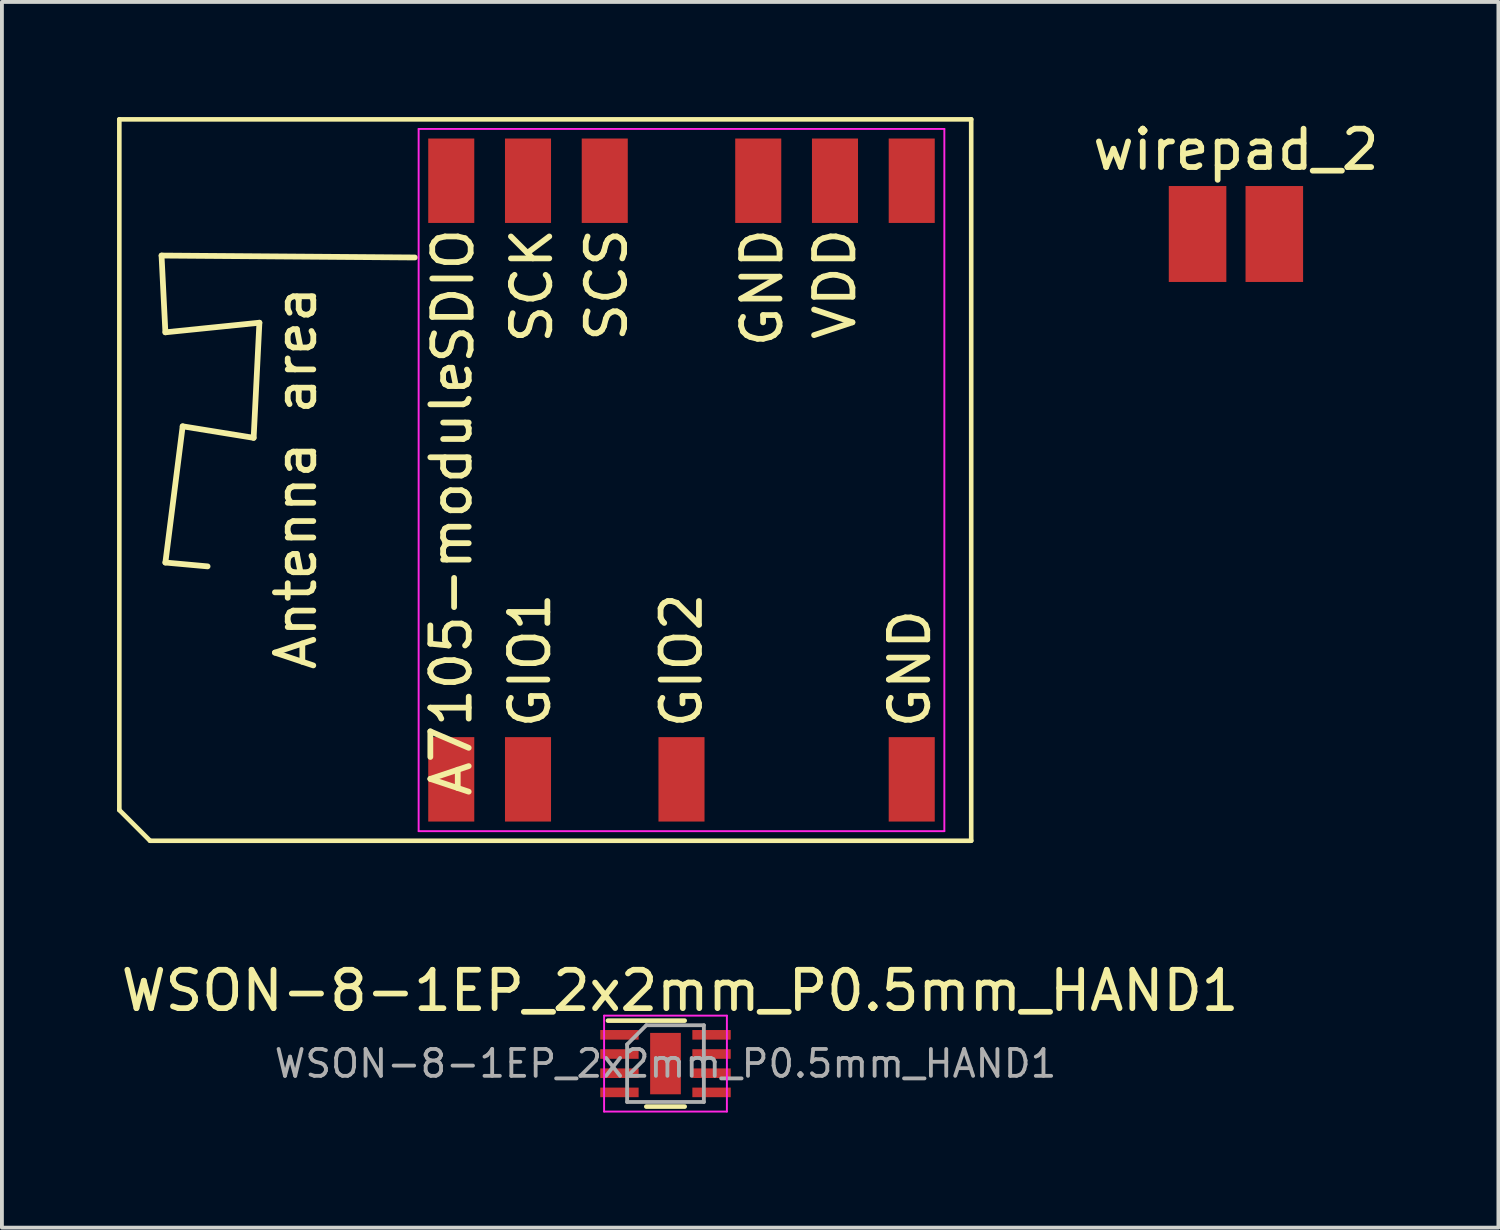
<source format=kicad_pcb>
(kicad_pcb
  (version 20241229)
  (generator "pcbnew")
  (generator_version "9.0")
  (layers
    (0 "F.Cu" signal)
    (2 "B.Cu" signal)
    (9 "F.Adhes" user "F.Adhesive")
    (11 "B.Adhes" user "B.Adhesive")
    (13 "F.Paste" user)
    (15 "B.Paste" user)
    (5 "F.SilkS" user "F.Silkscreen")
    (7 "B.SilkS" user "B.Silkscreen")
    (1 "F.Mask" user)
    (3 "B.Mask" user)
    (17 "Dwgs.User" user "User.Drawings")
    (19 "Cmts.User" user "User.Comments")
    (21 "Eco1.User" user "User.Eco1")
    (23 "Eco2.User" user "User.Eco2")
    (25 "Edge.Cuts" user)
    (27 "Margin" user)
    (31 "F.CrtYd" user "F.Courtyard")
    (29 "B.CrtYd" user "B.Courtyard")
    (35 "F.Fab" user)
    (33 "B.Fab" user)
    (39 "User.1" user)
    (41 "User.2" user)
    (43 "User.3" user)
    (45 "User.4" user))
  (footprint "A7105-module"
    (layer "F.Cu")
    (at 14.71 9.46)
    (property "Reference" "A7105-module" (at -6 2.55 90) (layer "F.SilkS") (effects (font (size 1 1) (thickness 0.15))))
    (attr smd)
    (fp_line (start -14.65 -9.4) (end 7.55 -9.4) (stroke (width 0.12) (type solid)) (layer "F.SilkS"))
    (fp_line (start -14.65 8.6) (end -14.65 -9.4) (stroke (width 0.12) (type solid)) (layer "F.SilkS"))
    (fp_line (start -13.85 9.4) (end -14.65 8.6) (stroke (width 0.12) (type solid)) (layer "F.SilkS"))
    (fp_line (start -13.55 -5.85) (end -13.45 -3.85) (stroke (width 0.15) (type solid)) (layer "F.SilkS"))
    (fp_line (start -13.45 -3.85) (end -11 -4.1) (stroke (width 0.15) (type solid)) (layer "F.SilkS"))
    (fp_line (start -13.45 2.15) (end -12.35 2.25) (stroke (width 0.15) (type solid)) (layer "F.SilkS"))
    (fp_line (start -13 -1.4) (end -13.45 2.15) (stroke (width 0.15) (type solid)) (layer "F.SilkS"))
    (fp_line (start -11.15 -1.1) (end -13 -1.4) (stroke (width 0.15) (type solid)) (layer "F.SilkS"))
    (fp_line (start -11 -4.1) (end -11.15 -1.1) (stroke (width 0.15) (type solid)) (layer "F.SilkS"))
    (fp_line (start -6.95 -5.8) (end -13.55 -5.85) (stroke (width 0.15) (type solid)) (layer "F.SilkS"))
    (fp_line (start 7.55 -9.4) (end 7.55 9.4) (stroke (width 0.12) (type solid)) (layer "F.SilkS"))
    (fp_line (start 7.55 9.4) (end -13.85 9.4) (stroke (width 0.12) (type solid)) (layer "F.SilkS"))
    (fp_line (start -6.85 -9.15) (end 6.85 -9.15) (stroke (width 0.05) (type solid)) (layer "F.CrtYd"))
    (fp_line (start -6.85 9.15) (end -6.85 -9.15) (stroke (width 0.05) (type solid)) (layer "F.CrtYd"))
    (fp_line (start 6.85 -9.15) (end 6.85 9.15) (stroke (width 0.05) (type solid)) (layer "F.CrtYd"))
    (fp_line (start 6.85 9.15) (end -6.85 9.15) (stroke (width 0.05) (type solid)) (layer "F.CrtYd"))
    (fp_text user "GND" (at 5.95 4.914 90) (layer "F.SilkS") (effects (font (size 1 1) (thickness 0.15))))
    (fp_text user "SCS" (at -1.95 -5.086 90) (layer "F.SilkS") (effects (font (size 1 1) (thickness 0.15))))
    (fp_text user "GIO2" (at 0 4.7 90) (layer "F.SilkS") (effects (font (size 1 1) (thickness 0.15))))
    (fp_text user "SCK" (at -3.9 -5.062 90) (layer "F.SilkS") (effects (font (size 1 1) (thickness 0.15))))
    (fp_text user "GIO1" (at -3.95 4.7 90) (layer "F.SilkS") (effects (font (size 1 1) (thickness 0.15))))
    (fp_text user "SDIO" (at -5.95 -4.8 90) (layer "F.SilkS") (effects (font (size 1 1) (thickness 0.15))))
    (fp_text user "Antenna area" (at -10.05 -0.05 90) (layer "F.SilkS") (effects (font (size 1 1) (thickness 0.15))))
    (fp_text user "GND" (at 2.1 -5.014 90) (layer "F.SilkS") (effects (font (size 1 1) (thickness 0.15))))
    (fp_text user "VDD" (at 4 -5.11 90) (layer "F.SilkS") (effects (font (size 1 1) (thickness 0.15))))
    (pad "1" smd rect (at -6 7.8) (size 1.2 2.2) (layers "F.Cu" "F.Mask" "F.Paste"))
    (pad "2" smd rect (at -4 7.8) (size 1.2 2.2) (layers "F.Cu" "F.Mask" "F.Paste"))
    (pad "4" smd rect (at 0 7.8) (size 1.2 2.2) (layers "F.Cu" "F.Mask" "F.Paste"))
    (pad "7" smd rect (at 6 7.8) (size 1.2 2.2) (layers "F.Cu" "F.Mask" "F.Paste"))
    (pad "8" smd rect (at 6 -7.8) (size 1.2 2.2) (layers "F.Cu" "F.Mask" "F.Paste"))
    (pad "9" smd rect (at 4 -7.8) (size 1.2 2.2) (layers "F.Cu" "F.Mask" "F.Paste"))
    (pad "10" smd rect (at 2 -7.8) (size 1.2 2.2) (layers "F.Cu" "F.Mask" "F.Paste"))
    (pad "12" smd rect (at -2 -7.8) (size 1.2 2.2) (layers "F.Cu" "F.Mask" "F.Paste"))
    (pad "13" smd rect (at -4 -7.8) (size 1.2 2.2) (layers "F.Cu" "F.Mask" "F.Paste"))
    (pad "14" smd rect (at -6 -7.8) (size 1.2 2.2) (layers "F.Cu" "F.Mask" "F.Paste")))
  (footprint "WSON-8-1EP_2x2mm_P0.5mm_HAND1"
    (layer "F.Cu")
    (at 14.293 24.668)
    (property "Reference" "WSON-8-1EP_2x2mm_P0.5mm_HAND1" (at 0.38 -1.9 0) (layer "F.SilkS") (effects (font (size 1 1) (thickness 0.15))))
    (attr smd)
    (fp_line (start -1.5 -1.12) (end 0.5 -1.12) (stroke (width 0.12) (type solid)) (layer "F.SilkS"))
    (fp_line (start 0.5 1.12) (end -0.5 1.12) (stroke (width 0.12) (type solid)) (layer "F.SilkS"))
    (fp_line (start -1.6 -1.25) (end -1.6 1.25) (stroke (width 0.05) (type solid)) (layer "F.CrtYd"))
    (fp_line (start -1.6 -1.25) (end 1.6 -1.25) (stroke (width 0.05) (type solid)) (layer "F.CrtYd"))
    (fp_line (start -1.6 1.25) (end 1.6 1.25) (stroke (width 0.05) (type solid)) (layer "F.CrtYd"))
    (fp_line (start 1.6 -1.25) (end 1.6 1.25) (stroke (width 0.05) (type solid)) (layer "F.CrtYd"))
    (fp_line (start -1 1) (end -1 -0.5) (stroke (width 0.1) (type solid)) (layer "F.Fab"))
    (fp_line (start -0.5 -1) (end -1 -0.5) (stroke (width 0.1) (type solid)) (layer "F.Fab"))
    (fp_line (start -0.5 -1) (end 1 -1) (stroke (width 0.1) (type solid)) (layer "F.Fab"))
    (fp_line (start 1 -1) (end 1 1) (stroke (width 0.1) (type solid)) (layer "F.Fab"))
    (fp_line (start 1 1) (end -1 1) (stroke (width 0.1) (type solid)) (layer "F.Fab"))
    (fp_text user "${REFERENCE}" (at 0 0 0) (layer "F.Fab") (effects (font (size 0.7 0.7) (thickness 0.1))))
    (pad "" smd rect (at 0 -0.4) (size 0.6 0.65) (layers "F.Paste"))
    (pad "" smd rect (at 0 0.4) (size 0.6 0.65) (layers "F.Paste"))
    (pad "1" smd rect (at -1.2 -0.75) (size 1 0.25) (layers "F.Cu" "F.Mask" "F.Paste"))
    (pad "2" smd rect (at -1.2 -0.25) (size 1 0.25) (layers "F.Cu" "F.Mask" "F.Paste"))
    (pad "3" smd rect (at -1.2 0.25) (size 1 0.25) (layers "F.Cu" "F.Mask" "F.Paste"))
    (pad "4" smd rect (at -1.2 0.75) (size 1 0.25) (layers "F.Cu" "F.Mask" "F.Paste"))
    (pad "5" smd rect (at 1.2 0.75) (size 1 0.25) (layers "F.Cu" "F.Mask" "F.Paste"))
    (pad "6" smd rect (at 1.2 0.25) (size 1 0.25) (layers "F.Cu" "F.Mask" "F.Paste"))
    (pad "7" smd rect (at 1.2 -0.25) (size 1 0.25) (layers "F.Cu" "F.Mask" "F.Paste"))
    (pad "8" smd rect (at 1.2 -0.75) (size 1 0.25) (layers "F.Cu" "F.Mask" "F.Paste"))
    (pad "9" smd rect (at 0 0) (size 0.8 1.6) (layers "F.Cu" "F.Mask")))
  (footprint "wirepad_2"
    (layer "F.Cu")
    (at 29.159 3.048)
    (property "Reference" "wirepad_2" (at 0 -2.2 0) (unlocked yes) (layer "F.SilkS") (effects (font (size 1 1) (thickness 0.15))))
    (attr through_hole)
    (pad "1" smd rect (at -1 0) (size 1.5 2.5) (layers "F.Cu" "F.Mask"))
    (pad "2" smd rect (at 1 0) (size 1.5 2.5) (layers "F.Cu" "F.Mask")))
  (gr_rect
    (start -3 -3)
    (end 35.999 28.943)
    (stroke (width 0.1) (type default))
    (fill no)
    (layer "Edge.Cuts")))
</source>
